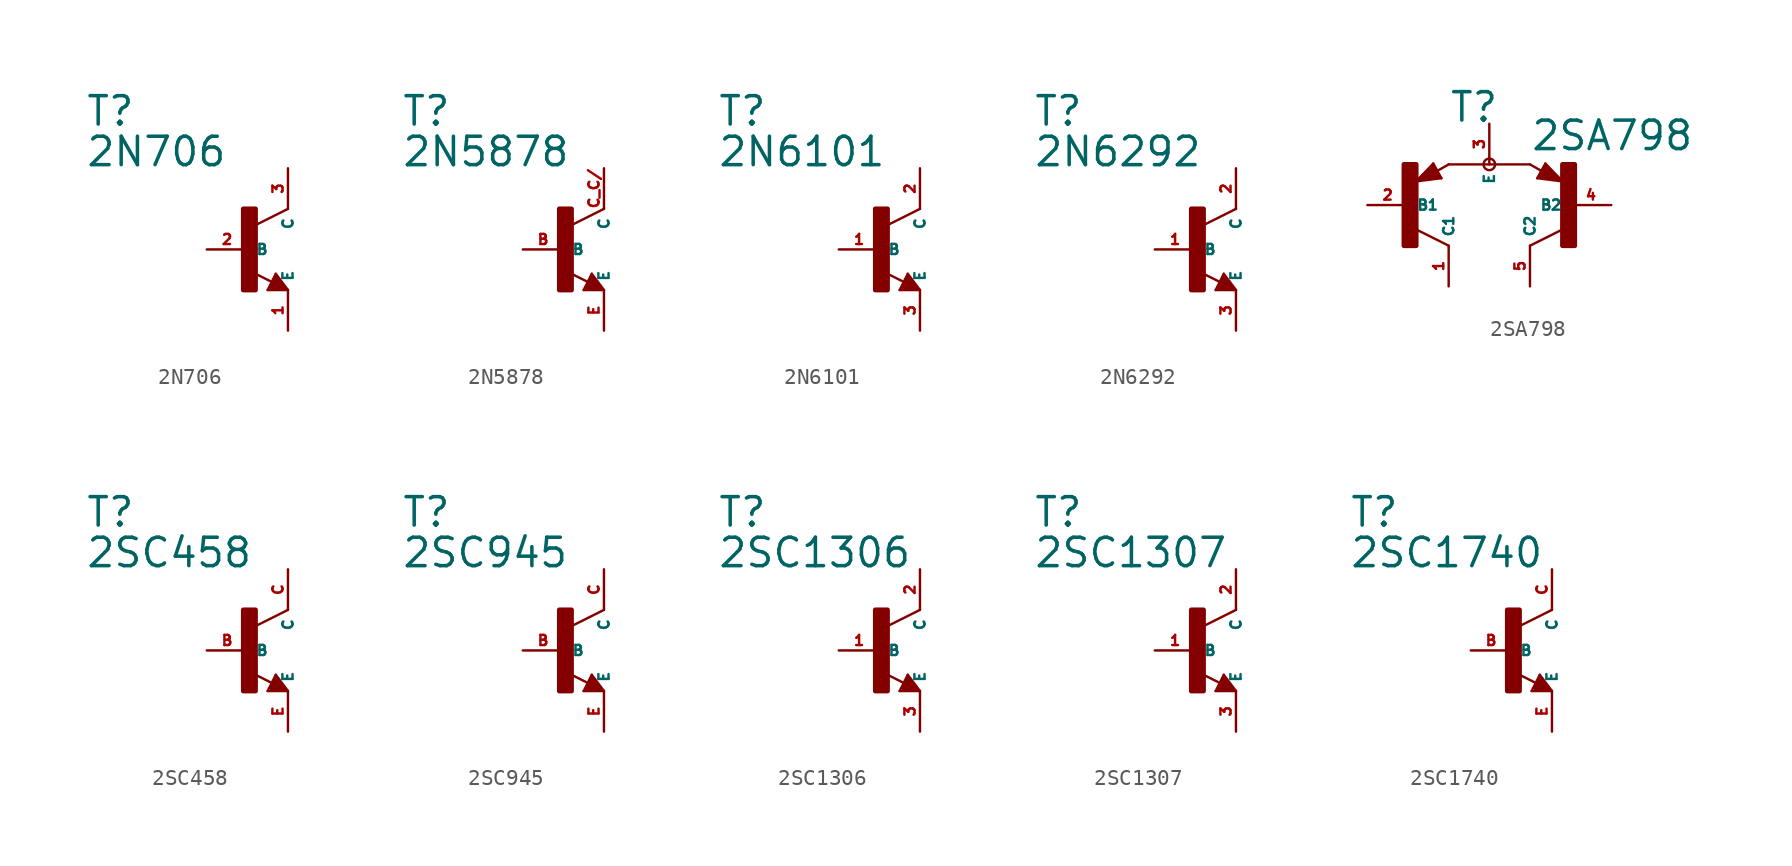
<source format=kicad_sym>
(kicad_symbol_lib
  (version 20220914)
  (generator Eagle2Kicad)
  (symbol "2N706"
    (property "Reference" "T"
      (at -10.16 7.62 0)
      (effects (font (size 1.778 1.778) (thickness 0.22)) (justify left bottom)))
    (property "Value" "2N706"
      (at -10.16 5.08 0)
      (effects (font (size 1.778 1.778) (thickness 0.22)) (justify left bottom)))
    (polyline
      (pts (xy 2.54 2.54) (xy 0.508 1.524))
      (stroke (width 0.152) (type default))
      (fill (type none)))
    (polyline
      (pts (xy 1.778 -1.524) (xy 2.54 -2.54))
      (stroke (width 0.152) (type default))
      (fill (type none)))
    (polyline
      (pts (xy 2.54 -2.54) (xy 1.27 -2.54))
      (stroke (width 0.152) (type default))
      (fill (type none)))
    (polyline
      (pts (xy 1.27 -2.54) (xy 1.778 -1.524))
      (stroke (width 0.152) (type default))
      (fill (type none)))
    (polyline
      (pts (xy 1.54 -2.04) (xy 0.308 -1.424))
      (stroke (width 0.152) (type default))
      (fill (type none)))
    (polyline
      (pts (xy 1.524 -2.413) (xy 2.286 -2.413))
      (stroke (width 0.254) (type default))
      (fill (type none)))
    (polyline
      (pts (xy 2.286 -2.413) (xy 1.778 -1.778))
      (stroke (width 0.254) (type default))
      (fill (type none)))
    (polyline
      (pts (xy 1.778 -1.778) (xy 1.524 -2.286))
      (stroke (width 0.254) (type default))
      (fill (type none)))
    (polyline
      (pts (xy 1.524 -2.286) (xy 1.905 -2.286))
      (stroke (width 0.254) (type default))
      (fill (type none)))
    (polyline
      (pts (xy 1.905 -2.286) (xy 1.778 -2.032))
      (stroke (width 0.254) (type default))
      (fill (type none)))
    (rectangle
      (start -0.254 -2.54)
      (end 0.508 2.54)
      (stroke (width 0.3) (type default))
      (fill (type outline)))
    (pin passive line
      (at -2.54 0 0)
      (length 2.54)
      (name "B" (effects (font (size 0.635 0.635) (thickness 0.08)) (justify left bottom)))
      (number "2" (effects (font (size 0.635 0.635) (thickness 0.08)) (justify left bottom))))
    (pin passive line
      (at 2.54 -5.08 90)
      (length 2.54)
      (name "E" (effects (font (size 0.635 0.635) (thickness 0.08)) (justify left bottom)))
      (number "1" (effects (font (size 0.635 0.635) (thickness 0.08)) (justify left bottom))))
    (pin passive line
      (at 2.54 5.08 270)
      (length 2.54)
      (name "C" (effects (font (size 0.635 0.635) (thickness 0.08)) (justify left bottom)))
      (number "3" (effects (font (size 0.635 0.635) (thickness 0.08)) (justify left bottom)))))
  (symbol "2N5878"
    (property "Reference" "T"
      (at -10.16 7.62 0)
      (effects (font (size 1.778 1.778) (thickness 0.22)) (justify left bottom)))
    (property "Value" "2N5878"
      (at -10.16 5.08 0)
      (effects (font (size 1.778 1.778) (thickness 0.22)) (justify left bottom)))
    (polyline
      (pts (xy 2.54 2.54) (xy 0.508 1.524))
      (stroke (width 0.152) (type default))
      (fill (type none)))
    (polyline
      (pts (xy 1.778 -1.524) (xy 2.54 -2.54))
      (stroke (width 0.152) (type default))
      (fill (type none)))
    (polyline
      (pts (xy 2.54 -2.54) (xy 1.27 -2.54))
      (stroke (width 0.152) (type default))
      (fill (type none)))
    (polyline
      (pts (xy 1.27 -2.54) (xy 1.778 -1.524))
      (stroke (width 0.152) (type default))
      (fill (type none)))
    (polyline
      (pts (xy 1.54 -2.04) (xy 0.308 -1.424))
      (stroke (width 0.152) (type default))
      (fill (type none)))
    (polyline
      (pts (xy 1.524 -2.413) (xy 2.286 -2.413))
      (stroke (width 0.254) (type default))
      (fill (type none)))
    (polyline
      (pts (xy 2.286 -2.413) (xy 1.778 -1.778))
      (stroke (width 0.254) (type default))
      (fill (type none)))
    (polyline
      (pts (xy 1.778 -1.778) (xy 1.524 -2.286))
      (stroke (width 0.254) (type default))
      (fill (type none)))
    (polyline
      (pts (xy 1.524 -2.286) (xy 1.905 -2.286))
      (stroke (width 0.254) (type default))
      (fill (type none)))
    (polyline
      (pts (xy 1.905 -2.286) (xy 1.778 -2.032))
      (stroke (width 0.254) (type default))
      (fill (type none)))
    (rectangle
      (start -0.254 -2.54)
      (end 0.508 2.54)
      (stroke (width 0.3) (type default))
      (fill (type outline)))
    (pin passive line
      (at -2.54 0 0)
      (length 2.54)
      (name "B" (effects (font (size 0.635 0.635) (thickness 0.08)) (justify left bottom)))
      (number "B" (effects (font (size 0.635 0.635) (thickness 0.08)) (justify left bottom))))
    (pin passive line
      (at 2.54 -5.08 90)
      (length 2.54)
      (name "E" (effects (font (size 0.635 0.635) (thickness 0.08)) (justify left bottom)))
      (number "E" (effects (font (size 0.635 0.635) (thickness 0.08)) (justify left bottom))))
    (pin passive line
      (at 2.54 5.08 270)
      (length 2.54)
      (name "C" (effects (font (size 0.635 0.635) (thickness 0.08)) (justify left bottom)))
      (number "C C/" (effects (font (size 0.635 0.635) (thickness 0.08)) (justify left bottom)))))
  (symbol "2N6101"
    (property "Reference" "T"
      (at -10.16 7.62 0)
      (effects (font (size 1.778 1.778) (thickness 0.22)) (justify left bottom)))
    (property "Value" "2N6101"
      (at -10.16 5.08 0)
      (effects (font (size 1.778 1.778) (thickness 0.22)) (justify left bottom)))
    (polyline
      (pts (xy 2.54 2.54) (xy 0.508 1.524))
      (stroke (width 0.152) (type default))
      (fill (type none)))
    (polyline
      (pts (xy 1.778 -1.524) (xy 2.54 -2.54))
      (stroke (width 0.152) (type default))
      (fill (type none)))
    (polyline
      (pts (xy 2.54 -2.54) (xy 1.27 -2.54))
      (stroke (width 0.152) (type default))
      (fill (type none)))
    (polyline
      (pts (xy 1.27 -2.54) (xy 1.778 -1.524))
      (stroke (width 0.152) (type default))
      (fill (type none)))
    (polyline
      (pts (xy 1.54 -2.04) (xy 0.308 -1.424))
      (stroke (width 0.152) (type default))
      (fill (type none)))
    (polyline
      (pts (xy 1.524 -2.413) (xy 2.286 -2.413))
      (stroke (width 0.254) (type default))
      (fill (type none)))
    (polyline
      (pts (xy 2.286 -2.413) (xy 1.778 -1.778))
      (stroke (width 0.254) (type default))
      (fill (type none)))
    (polyline
      (pts (xy 1.778 -1.778) (xy 1.524 -2.286))
      (stroke (width 0.254) (type default))
      (fill (type none)))
    (polyline
      (pts (xy 1.524 -2.286) (xy 1.905 -2.286))
      (stroke (width 0.254) (type default))
      (fill (type none)))
    (polyline
      (pts (xy 1.905 -2.286) (xy 1.778 -2.032))
      (stroke (width 0.254) (type default))
      (fill (type none)))
    (rectangle
      (start -0.254 -2.54)
      (end 0.508 2.54)
      (stroke (width 0.3) (type default))
      (fill (type outline)))
    (pin passive line
      (at -2.54 0 0)
      (length 2.54)
      (name "B" (effects (font (size 0.635 0.635) (thickness 0.08)) (justify left bottom)))
      (number "1" (effects (font (size 0.635 0.635) (thickness 0.08)) (justify left bottom))))
    (pin passive line
      (at 2.54 -5.08 90)
      (length 2.54)
      (name "E" (effects (font (size 0.635 0.635) (thickness 0.08)) (justify left bottom)))
      (number "3" (effects (font (size 0.635 0.635) (thickness 0.08)) (justify left bottom))))
    (pin passive line
      (at 2.54 5.08 270)
      (length 2.54)
      (name "C" (effects (font (size 0.635 0.635) (thickness 0.08)) (justify left bottom)))
      (number "2" (effects (font (size 0.635 0.635) (thickness 0.08)) (justify left bottom)))))
  (symbol "2N6292"
    (property "Reference" "T"
      (at -10.16 7.62 0)
      (effects (font (size 1.778 1.778) (thickness 0.22)) (justify left bottom)))
    (property "Value" "2N6292"
      (at -10.16 5.08 0)
      (effects (font (size 1.778 1.778) (thickness 0.22)) (justify left bottom)))
    (polyline
      (pts (xy 2.54 2.54) (xy 0.508 1.524))
      (stroke (width 0.152) (type default))
      (fill (type none)))
    (polyline
      (pts (xy 1.778 -1.524) (xy 2.54 -2.54))
      (stroke (width 0.152) (type default))
      (fill (type none)))
    (polyline
      (pts (xy 2.54 -2.54) (xy 1.27 -2.54))
      (stroke (width 0.152) (type default))
      (fill (type none)))
    (polyline
      (pts (xy 1.27 -2.54) (xy 1.778 -1.524))
      (stroke (width 0.152) (type default))
      (fill (type none)))
    (polyline
      (pts (xy 1.54 -2.04) (xy 0.308 -1.424))
      (stroke (width 0.152) (type default))
      (fill (type none)))
    (polyline
      (pts (xy 1.524 -2.413) (xy 2.286 -2.413))
      (stroke (width 0.254) (type default))
      (fill (type none)))
    (polyline
      (pts (xy 2.286 -2.413) (xy 1.778 -1.778))
      (stroke (width 0.254) (type default))
      (fill (type none)))
    (polyline
      (pts (xy 1.778 -1.778) (xy 1.524 -2.286))
      (stroke (width 0.254) (type default))
      (fill (type none)))
    (polyline
      (pts (xy 1.524 -2.286) (xy 1.905 -2.286))
      (stroke (width 0.254) (type default))
      (fill (type none)))
    (polyline
      (pts (xy 1.905 -2.286) (xy 1.778 -2.032))
      (stroke (width 0.254) (type default))
      (fill (type none)))
    (rectangle
      (start -0.254 -2.54)
      (end 0.508 2.54)
      (stroke (width 0.3) (type default))
      (fill (type outline)))
    (pin passive line
      (at -2.54 0 0)
      (length 2.54)
      (name "B" (effects (font (size 0.635 0.635) (thickness 0.08)) (justify left bottom)))
      (number "1" (effects (font (size 0.635 0.635) (thickness 0.08)) (justify left bottom))))
    (pin passive line
      (at 2.54 -5.08 90)
      (length 2.54)
      (name "E" (effects (font (size 0.635 0.635) (thickness 0.08)) (justify left bottom)))
      (number "3" (effects (font (size 0.635 0.635) (thickness 0.08)) (justify left bottom))))
    (pin passive line
      (at 2.54 5.08 270)
      (length 2.54)
      (name "C" (effects (font (size 0.635 0.635) (thickness 0.08)) (justify left bottom)))
      (number "2" (effects (font (size 0.635 0.635) (thickness 0.08)) (justify left bottom)))))
  (symbol "2SA798"
    (property "Reference" "T"
      (at -2.54 5.08 0)
      (effects (font (size 1.778 1.778) (thickness 0.22)) (justify left bottom)))
    (property "Value" "2SA798"
      (at 2.54 3.302 0)
      (effects (font (size 1.778 1.778) (thickness 0.22)) (justify left bottom)))
    (polyline
      (pts (xy -2.994 1.678) (xy -3.502 2.594))
      (stroke (width 0.152) (type default))
      (fill (type none)))
    (polyline
      (pts (xy -3.502 2.594) (xy -4.564 1.478))
      (stroke (width 0.152) (type default))
      (fill (type none)))
    (polyline
      (pts (xy -4.564 1.478) (xy -2.994 1.678))
      (stroke (width 0.152) (type default))
      (fill (type none)))
    (polyline
      (pts (xy -2.54 2.54) (xy -3.272 2.124))
      (stroke (width 0.152) (type default))
      (fill (type none)))
    (polyline
      (pts (xy -2.54 -2.54) (xy -4.572 -1.524))
      (stroke (width 0.152) (type default))
      (fill (type none)))
    (polyline
      (pts (xy -3.175 1.778) (xy -3.556 2.413))
      (stroke (width 0.254) (type default))
      (fill (type none)))
    (polyline
      (pts (xy -3.556 2.413) (xy -4.318 1.651))
      (stroke (width 0.254) (type default))
      (fill (type none)))
    (polyline
      (pts (xy -4.318 1.651) (xy -3.302 1.778))
      (stroke (width 0.254) (type default))
      (fill (type none)))
    (polyline
      (pts (xy -3.302 1.778) (xy -3.556 2.159))
      (stroke (width 0.254) (type default))
      (fill (type none)))
    (polyline
      (pts (xy -3.556 2.159) (xy -3.937 1.905))
      (stroke (width 0.254) (type default))
      (fill (type none)))
    (polyline
      (pts (xy -3.937 1.905) (xy -3.556 1.905))
      (stroke (width 0.254) (type default))
      (fill (type none)))
    (polyline
      (pts (xy 2.994 1.678) (xy 3.502 2.594))
      (stroke (width 0.152) (type default))
      (fill (type none)))
    (polyline
      (pts (xy 3.502 2.594) (xy 4.564 1.478))
      (stroke (width 0.152) (type default))
      (fill (type none)))
    (polyline
      (pts (xy 4.564 1.478) (xy 2.994 1.678))
      (stroke (width 0.152) (type default))
      (fill (type none)))
    (polyline
      (pts (xy 2.54 2.54) (xy 3.272 2.124))
      (stroke (width 0.152) (type default))
      (fill (type none)))
    (polyline
      (pts (xy 2.54 -2.54) (xy 4.572 -1.524))
      (stroke (width 0.152) (type default))
      (fill (type none)))
    (polyline
      (pts (xy 3.175 1.778) (xy 3.556 2.413))
      (stroke (width 0.254) (type default))
      (fill (type none)))
    (polyline
      (pts (xy 3.556 2.413) (xy 4.318 1.651))
      (stroke (width 0.254) (type default))
      (fill (type none)))
    (polyline
      (pts (xy 4.318 1.651) (xy 3.302 1.778))
      (stroke (width 0.254) (type default))
      (fill (type none)))
    (polyline
      (pts (xy 3.302 1.778) (xy 3.556 2.159))
      (stroke (width 0.254) (type default))
      (fill (type none)))
    (polyline
      (pts (xy 3.556 2.159) (xy 3.937 1.905))
      (stroke (width 0.254) (type default))
      (fill (type none)))
    (polyline
      (pts (xy 3.937 1.905) (xy 3.556 1.905))
      (stroke (width 0.254) (type default))
      (fill (type none)))
    (polyline
      (pts (xy 2.54 2.54) (xy -2.54 2.54))
      (stroke (width 0.152) (type default))
      (fill (type none)))
    (circle
      (center 0 2.54)
      (radius 0.359)
      (stroke (width 0) (type default))
      (fill (type none)))
    (rectangle
      (start -5.334 -2.54)
      (end -4.572 2.54)
      (stroke (width 0.3) (type default))
      (fill (type outline)))
    (rectangle
      (start 4.572 -2.54)
      (end 5.334 2.54)
      (stroke (width 0.3) (type default))
      (fill (type outline)))
    (pin passive line
      (at -7.62 0 0)
      (length 2.54)
      (name "B1" (effects (font (size 0.635 0.635) (thickness 0.08)) (justify left bottom)))
      (number "2" (effects (font (size 0.635 0.635) (thickness 0.08)) (justify left bottom))))
    (pin passive line
      (at 0 5.08 270)
      (length 2.54)
      (name "E" (effects (font (size 0.635 0.635) (thickness 0.08)) (justify left bottom)))
      (number "3" (effects (font (size 0.635 0.635) (thickness 0.08)) (justify left bottom))))
    (pin passive line
      (at -2.54 -5.08 90)
      (length 2.54)
      (name "C1" (effects (font (size 0.635 0.635) (thickness 0.08)) (justify left bottom)))
      (number "1" (effects (font (size 0.635 0.635) (thickness 0.08)) (justify left bottom))))
    (pin passive line
      (at 7.62 0 180)
      (length 2.54)
      (name "B2" (effects (font (size 0.635 0.635) (thickness 0.08)) (justify left bottom)))
      (number "4" (effects (font (size 0.635 0.635) (thickness 0.08)) (justify left bottom))))
    (pin passive line
      (at 2.54 -5.08 90)
      (length 2.54)
      (name "C2" (effects (font (size 0.635 0.635) (thickness 0.08)) (justify left bottom)))
      (number "5" (effects (font (size 0.635 0.635) (thickness 0.08)) (justify left bottom)))))
  (symbol "2SC458"
    (property "Reference" "T"
      (at -10.16 7.62 0)
      (effects (font (size 1.778 1.778) (thickness 0.22)) (justify left bottom)))
    (property "Value" "2SC458"
      (at -10.16 5.08 0)
      (effects (font (size 1.778 1.778) (thickness 0.22)) (justify left bottom)))
    (polyline
      (pts (xy 2.54 2.54) (xy 0.508 1.524))
      (stroke (width 0.152) (type default))
      (fill (type none)))
    (polyline
      (pts (xy 1.778 -1.524) (xy 2.54 -2.54))
      (stroke (width 0.152) (type default))
      (fill (type none)))
    (polyline
      (pts (xy 2.54 -2.54) (xy 1.27 -2.54))
      (stroke (width 0.152) (type default))
      (fill (type none)))
    (polyline
      (pts (xy 1.27 -2.54) (xy 1.778 -1.524))
      (stroke (width 0.152) (type default))
      (fill (type none)))
    (polyline
      (pts (xy 1.54 -2.04) (xy 0.308 -1.424))
      (stroke (width 0.152) (type default))
      (fill (type none)))
    (polyline
      (pts (xy 1.524 -2.413) (xy 2.286 -2.413))
      (stroke (width 0.254) (type default))
      (fill (type none)))
    (polyline
      (pts (xy 2.286 -2.413) (xy 1.778 -1.778))
      (stroke (width 0.254) (type default))
      (fill (type none)))
    (polyline
      (pts (xy 1.778 -1.778) (xy 1.524 -2.286))
      (stroke (width 0.254) (type default))
      (fill (type none)))
    (polyline
      (pts (xy 1.524 -2.286) (xy 1.905 -2.286))
      (stroke (width 0.254) (type default))
      (fill (type none)))
    (polyline
      (pts (xy 1.905 -2.286) (xy 1.778 -2.032))
      (stroke (width 0.254) (type default))
      (fill (type none)))
    (rectangle
      (start -0.254 -2.54)
      (end 0.508 2.54)
      (stroke (width 0.3) (type default))
      (fill (type outline)))
    (pin passive line
      (at -2.54 0 0)
      (length 2.54)
      (name "B" (effects (font (size 0.635 0.635) (thickness 0.08)) (justify left bottom)))
      (number "B" (effects (font (size 0.635 0.635) (thickness 0.08)) (justify left bottom))))
    (pin passive line
      (at 2.54 -5.08 90)
      (length 2.54)
      (name "E" (effects (font (size 0.635 0.635) (thickness 0.08)) (justify left bottom)))
      (number "E" (effects (font (size 0.635 0.635) (thickness 0.08)) (justify left bottom))))
    (pin passive line
      (at 2.54 5.08 270)
      (length 2.54)
      (name "C" (effects (font (size 0.635 0.635) (thickness 0.08)) (justify left bottom)))
      (number "C" (effects (font (size 0.635 0.635) (thickness 0.08)) (justify left bottom)))))
  (symbol "2SC945"
    (property "Reference" "T"
      (at -10.16 7.62 0)
      (effects (font (size 1.778 1.778) (thickness 0.22)) (justify left bottom)))
    (property "Value" "2SC945"
      (at -10.16 5.08 0)
      (effects (font (size 1.778 1.778) (thickness 0.22)) (justify left bottom)))
    (polyline
      (pts (xy 2.54 2.54) (xy 0.508 1.524))
      (stroke (width 0.152) (type default))
      (fill (type none)))
    (polyline
      (pts (xy 1.778 -1.524) (xy 2.54 -2.54))
      (stroke (width 0.152) (type default))
      (fill (type none)))
    (polyline
      (pts (xy 2.54 -2.54) (xy 1.27 -2.54))
      (stroke (width 0.152) (type default))
      (fill (type none)))
    (polyline
      (pts (xy 1.27 -2.54) (xy 1.778 -1.524))
      (stroke (width 0.152) (type default))
      (fill (type none)))
    (polyline
      (pts (xy 1.54 -2.04) (xy 0.308 -1.424))
      (stroke (width 0.152) (type default))
      (fill (type none)))
    (polyline
      (pts (xy 1.524 -2.413) (xy 2.286 -2.413))
      (stroke (width 0.254) (type default))
      (fill (type none)))
    (polyline
      (pts (xy 2.286 -2.413) (xy 1.778 -1.778))
      (stroke (width 0.254) (type default))
      (fill (type none)))
    (polyline
      (pts (xy 1.778 -1.778) (xy 1.524 -2.286))
      (stroke (width 0.254) (type default))
      (fill (type none)))
    (polyline
      (pts (xy 1.524 -2.286) (xy 1.905 -2.286))
      (stroke (width 0.254) (type default))
      (fill (type none)))
    (polyline
      (pts (xy 1.905 -2.286) (xy 1.778 -2.032))
      (stroke (width 0.254) (type default))
      (fill (type none)))
    (rectangle
      (start -0.254 -2.54)
      (end 0.508 2.54)
      (stroke (width 0.3) (type default))
      (fill (type outline)))
    (pin passive line
      (at -2.54 0 0)
      (length 2.54)
      (name "B" (effects (font (size 0.635 0.635) (thickness 0.08)) (justify left bottom)))
      (number "B" (effects (font (size 0.635 0.635) (thickness 0.08)) (justify left bottom))))
    (pin passive line
      (at 2.54 -5.08 90)
      (length 2.54)
      (name "E" (effects (font (size 0.635 0.635) (thickness 0.08)) (justify left bottom)))
      (number "E" (effects (font (size 0.635 0.635) (thickness 0.08)) (justify left bottom))))
    (pin passive line
      (at 2.54 5.08 270)
      (length 2.54)
      (name "C" (effects (font (size 0.635 0.635) (thickness 0.08)) (justify left bottom)))
      (number "C" (effects (font (size 0.635 0.635) (thickness 0.08)) (justify left bottom)))))
  (symbol "2SC1306"
    (property "Reference" "T"
      (at -10.16 7.62 0)
      (effects (font (size 1.778 1.778) (thickness 0.22)) (justify left bottom)))
    (property "Value" "2SC1306"
      (at -10.16 5.08 0)
      (effects (font (size 1.778 1.778) (thickness 0.22)) (justify left bottom)))
    (polyline
      (pts (xy 2.54 2.54) (xy 0.508 1.524))
      (stroke (width 0.152) (type default))
      (fill (type none)))
    (polyline
      (pts (xy 1.778 -1.524) (xy 2.54 -2.54))
      (stroke (width 0.152) (type default))
      (fill (type none)))
    (polyline
      (pts (xy 2.54 -2.54) (xy 1.27 -2.54))
      (stroke (width 0.152) (type default))
      (fill (type none)))
    (polyline
      (pts (xy 1.27 -2.54) (xy 1.778 -1.524))
      (stroke (width 0.152) (type default))
      (fill (type none)))
    (polyline
      (pts (xy 1.54 -2.04) (xy 0.308 -1.424))
      (stroke (width 0.152) (type default))
      (fill (type none)))
    (polyline
      (pts (xy 1.524 -2.413) (xy 2.286 -2.413))
      (stroke (width 0.254) (type default))
      (fill (type none)))
    (polyline
      (pts (xy 2.286 -2.413) (xy 1.778 -1.778))
      (stroke (width 0.254) (type default))
      (fill (type none)))
    (polyline
      (pts (xy 1.778 -1.778) (xy 1.524 -2.286))
      (stroke (width 0.254) (type default))
      (fill (type none)))
    (polyline
      (pts (xy 1.524 -2.286) (xy 1.905 -2.286))
      (stroke (width 0.254) (type default))
      (fill (type none)))
    (polyline
      (pts (xy 1.905 -2.286) (xy 1.778 -2.032))
      (stroke (width 0.254) (type default))
      (fill (type none)))
    (rectangle
      (start -0.254 -2.54)
      (end 0.508 2.54)
      (stroke (width 0.3) (type default))
      (fill (type outline)))
    (pin passive line
      (at -2.54 0 0)
      (length 2.54)
      (name "B" (effects (font (size 0.635 0.635) (thickness 0.08)) (justify left bottom)))
      (number "1" (effects (font (size 0.635 0.635) (thickness 0.08)) (justify left bottom))))
    (pin passive line
      (at 2.54 -5.08 90)
      (length 2.54)
      (name "E" (effects (font (size 0.635 0.635) (thickness 0.08)) (justify left bottom)))
      (number "3" (effects (font (size 0.635 0.635) (thickness 0.08)) (justify left bottom))))
    (pin passive line
      (at 2.54 5.08 270)
      (length 2.54)
      (name "C" (effects (font (size 0.635 0.635) (thickness 0.08)) (justify left bottom)))
      (number "2" (effects (font (size 0.635 0.635) (thickness 0.08)) (justify left bottom)))))
  (symbol "2SC1307"
    (property "Reference" "T"
      (at -10.16 7.62 0)
      (effects (font (size 1.778 1.778) (thickness 0.22)) (justify left bottom)))
    (property "Value" "2SC1307"
      (at -10.16 5.08 0)
      (effects (font (size 1.778 1.778) (thickness 0.22)) (justify left bottom)))
    (polyline
      (pts (xy 2.54 2.54) (xy 0.508 1.524))
      (stroke (width 0.152) (type default))
      (fill (type none)))
    (polyline
      (pts (xy 1.778 -1.524) (xy 2.54 -2.54))
      (stroke (width 0.152) (type default))
      (fill (type none)))
    (polyline
      (pts (xy 2.54 -2.54) (xy 1.27 -2.54))
      (stroke (width 0.152) (type default))
      (fill (type none)))
    (polyline
      (pts (xy 1.27 -2.54) (xy 1.778 -1.524))
      (stroke (width 0.152) (type default))
      (fill (type none)))
    (polyline
      (pts (xy 1.54 -2.04) (xy 0.308 -1.424))
      (stroke (width 0.152) (type default))
      (fill (type none)))
    (polyline
      (pts (xy 1.524 -2.413) (xy 2.286 -2.413))
      (stroke (width 0.254) (type default))
      (fill (type none)))
    (polyline
      (pts (xy 2.286 -2.413) (xy 1.778 -1.778))
      (stroke (width 0.254) (type default))
      (fill (type none)))
    (polyline
      (pts (xy 1.778 -1.778) (xy 1.524 -2.286))
      (stroke (width 0.254) (type default))
      (fill (type none)))
    (polyline
      (pts (xy 1.524 -2.286) (xy 1.905 -2.286))
      (stroke (width 0.254) (type default))
      (fill (type none)))
    (polyline
      (pts (xy 1.905 -2.286) (xy 1.778 -2.032))
      (stroke (width 0.254) (type default))
      (fill (type none)))
    (rectangle
      (start -0.254 -2.54)
      (end 0.508 2.54)
      (stroke (width 0.3) (type default))
      (fill (type outline)))
    (pin passive line
      (at -2.54 0 0)
      (length 2.54)
      (name "B" (effects (font (size 0.635 0.635) (thickness 0.08)) (justify left bottom)))
      (number "1" (effects (font (size 0.635 0.635) (thickness 0.08)) (justify left bottom))))
    (pin passive line
      (at 2.54 -5.08 90)
      (length 2.54)
      (name "E" (effects (font (size 0.635 0.635) (thickness 0.08)) (justify left bottom)))
      (number "3" (effects (font (size 0.635 0.635) (thickness 0.08)) (justify left bottom))))
    (pin passive line
      (at 2.54 5.08 270)
      (length 2.54)
      (name "C" (effects (font (size 0.635 0.635) (thickness 0.08)) (justify left bottom)))
      (number "2" (effects (font (size 0.635 0.635) (thickness 0.08)) (justify left bottom)))))
  (symbol "2SC1740"
    (property "Reference" "T"
      (at -10.16 7.62 0)
      (effects (font (size 1.778 1.778) (thickness 0.22)) (justify left bottom)))
    (property "Value" "2SC1740"
      (at -10.16 5.08 0)
      (effects (font (size 1.778 1.778) (thickness 0.22)) (justify left bottom)))
    (polyline
      (pts (xy 2.54 2.54) (xy 0.508 1.524))
      (stroke (width 0.152) (type default))
      (fill (type none)))
    (polyline
      (pts (xy 1.778 -1.524) (xy 2.54 -2.54))
      (stroke (width 0.152) (type default))
      (fill (type none)))
    (polyline
      (pts (xy 2.54 -2.54) (xy 1.27 -2.54))
      (stroke (width 0.152) (type default))
      (fill (type none)))
    (polyline
      (pts (xy 1.27 -2.54) (xy 1.778 -1.524))
      (stroke (width 0.152) (type default))
      (fill (type none)))
    (polyline
      (pts (xy 1.54 -2.04) (xy 0.308 -1.424))
      (stroke (width 0.152) (type default))
      (fill (type none)))
    (polyline
      (pts (xy 1.524 -2.413) (xy 2.286 -2.413))
      (stroke (width 0.254) (type default))
      (fill (type none)))
    (polyline
      (pts (xy 2.286 -2.413) (xy 1.778 -1.778))
      (stroke (width 0.254) (type default))
      (fill (type none)))
    (polyline
      (pts (xy 1.778 -1.778) (xy 1.524 -2.286))
      (stroke (width 0.254) (type default))
      (fill (type none)))
    (polyline
      (pts (xy 1.524 -2.286) (xy 1.905 -2.286))
      (stroke (width 0.254) (type default))
      (fill (type none)))
    (polyline
      (pts (xy 1.905 -2.286) (xy 1.778 -2.032))
      (stroke (width 0.254) (type default))
      (fill (type none)))
    (rectangle
      (start -0.254 -2.54)
      (end 0.508 2.54)
      (stroke (width 0.3) (type default))
      (fill (type outline)))
    (pin passive line
      (at -2.54 0 0)
      (length 2.54)
      (name "B" (effects (font (size 0.635 0.635) (thickness 0.08)) (justify left bottom)))
      (number "B" (effects (font (size 0.635 0.635) (thickness 0.08)) (justify left bottom))))
    (pin passive line
      (at 2.54 -5.08 90)
      (length 2.54)
      (name "E" (effects (font (size 0.635 0.635) (thickness 0.08)) (justify left bottom)))
      (number "E" (effects (font (size 0.635 0.635) (thickness 0.08)) (justify left bottom))))
    (pin passive line
      (at 2.54 5.08 270)
      (length 2.54)
      (name "C" (effects (font (size 0.635 0.635) (thickness 0.08)) (justify left bottom)))
      (number "C" (effects (font (size 0.635 0.635) (thickness 0.08)) (justify left bottom))))))
</source>
